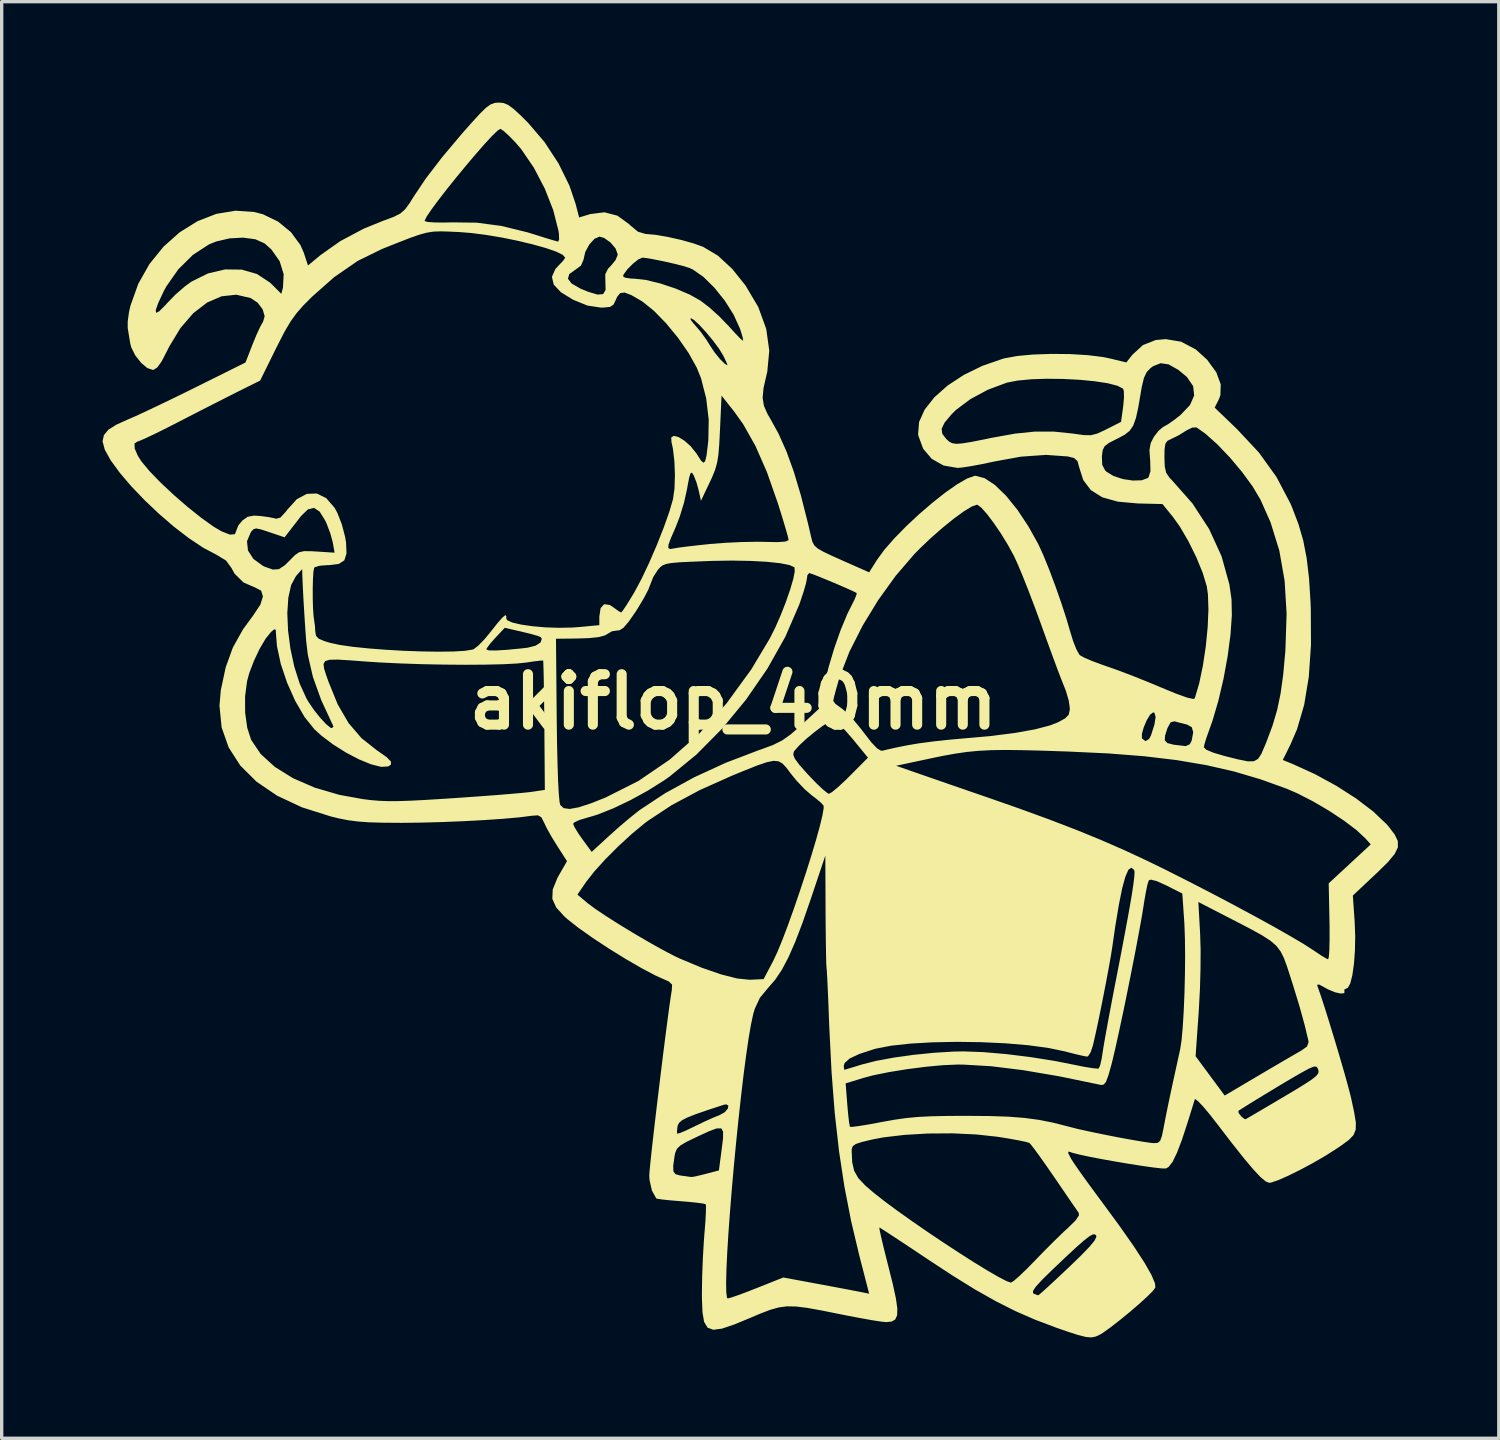
<source format=kicad_pcb>
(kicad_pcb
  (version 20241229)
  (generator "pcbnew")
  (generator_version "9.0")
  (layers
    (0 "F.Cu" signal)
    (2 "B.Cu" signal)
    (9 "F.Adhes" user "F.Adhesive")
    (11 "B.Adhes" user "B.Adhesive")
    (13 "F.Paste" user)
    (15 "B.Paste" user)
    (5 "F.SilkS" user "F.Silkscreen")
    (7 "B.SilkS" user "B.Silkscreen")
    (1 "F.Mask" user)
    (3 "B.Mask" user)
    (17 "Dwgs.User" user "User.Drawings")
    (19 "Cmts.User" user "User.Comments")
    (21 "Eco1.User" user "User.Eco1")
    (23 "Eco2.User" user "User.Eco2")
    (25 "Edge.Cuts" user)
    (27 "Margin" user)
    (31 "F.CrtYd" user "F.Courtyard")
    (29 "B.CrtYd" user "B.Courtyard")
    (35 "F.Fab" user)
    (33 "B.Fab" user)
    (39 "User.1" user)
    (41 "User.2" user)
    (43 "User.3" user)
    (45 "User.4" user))
  (footprint "akiflop_40mm"
    (layer "F.Cu")
    (at 18.757 17.819)
    (property "Reference" "akiflop_40mm" (at 0 0 0) (layer "F.SilkS") (effects (font (size 1.5 1.5) (thickness 0.3))))
    (attr board_only exclude_from_pos_files exclude_from_bom)
    (fp_poly (pts (xy -6.836 -17.806) (xy -6.703 -17.752) (xy -6.546 -17.639) (xy -6.335 -17.447) (xy -6.096 -17.208) (xy -5.617 -16.647) (xy -5.2 -16.01) (xy -4.874 -15.348) (xy -4.688 -14.796) (xy -4.587 -14.403) (xy -4.252 -14.504) (xy -3.835 -14.557) (xy -3.45 -14.457) (xy -3.104 -14.207) (xy -3.074 -14.176) (xy -2.837 -13.979) (xy -2.61 -13.912) (xy -2.589 -13.911) (xy -2.314 -13.887) (xy -1.949 -13.824) (xy -1.553 -13.735) (xy -1.185 -13.632) (xy -0.903 -13.531) (xy -0.463 -13.269) (xy -0.035 -12.874) (xy 0.362 -12.378) (xy 0.741 -11.738) (xy 0.977 -11.088) (xy 1.067 -10.443) (xy 1.008 -9.814) (xy 0.985 -9.719) (xy 0.897 -9.333) (xy 0.87 -9.044) (xy 0.908 -8.803) (xy 1.014 -8.562) (xy 1.08 -8.449) (xy 1.34 -7.979) (xy 1.576 -7.452) (xy 1.796 -6.845) (xy 2.008 -6.137) (xy 2.219 -5.304) (xy 2.315 -4.89) (xy 2.35 -4.756) (xy 2.404 -4.654) (xy 2.502 -4.563) (xy 2.672 -4.465) (xy 2.939 -4.338) (xy 3.21 -4.217) (xy 4.037 -3.85) (xy 4.264 -4.211) (xy 4.484 -4.515) (xy 4.782 -4.856) (xy 5.134 -5.216) (xy 5.519 -5.576) (xy 5.915 -5.917) (xy 6.3 -6.221) (xy 6.652 -6.468) (xy 6.949 -6.64) (xy 7.168 -6.718) (xy 7.204 -6.721) (xy 7.471 -6.65) (xy 7.777 -6.448) (xy 8.106 -6.13) (xy 8.445 -5.711) (xy 8.778 -5.208) (xy 9.066 -4.691) (xy 9.212 -4.372) (xy 9.385 -3.947) (xy 9.568 -3.46) (xy 9.746 -2.954) (xy 9.902 -2.475) (xy 10.008 -2.113) (xy 10.101 -1.81) (xy 10.2 -1.559) (xy 10.287 -1.404) (xy 10.304 -1.386) (xy 10.435 -1.313) (xy 10.672 -1.212) (xy 10.973 -1.1) (xy 11.098 -1.057) (xy 11.439 -0.937) (xy 11.866 -0.775) (xy 12.323 -0.592) (xy 12.724 -0.425) (xy 13.176 -0.238) (xy 13.493 -0.125) (xy 13.674 -0.086) (xy 13.719 -0.103) (xy 13.851 -0.549) (xy 13.961 -1.077) (xy 14.047 -1.647) (xy 14.103 -2.219) (xy 14.126 -2.75) (xy 14.11 -3.199) (xy 14.077 -3.431) (xy 13.957 -3.832) (xy 13.765 -4.3) (xy 13.529 -4.778) (xy 13.275 -5.212) (xy 13.069 -5.5) (xy 12.759 -5.881) (xy 12.022 -5.899) (xy 11.431 -5.952) (xy 10.969 -6.082) (xy 10.63 -6.295) (xy 10.403 -6.595) (xy 10.285 -6.965) (xy 10.233 -7.157) (xy 10.132 -7.25) (xy 9.943 -7.297) (xy 9.869 -7.302) (xy 10.957 -7.302) (xy 10.967 -7.049) (xy 11.054 -6.881) (xy 11.091 -6.845) (xy 11.303 -6.715) (xy 11.581 -6.624) (xy 11.876 -6.58) (xy 12.139 -6.587) (xy 12.32 -6.654) (xy 12.345 -6.678) (xy 12.402 -6.856) (xy 12.394 -7.17) (xy 12.39 -7.206) (xy 12.386 -7.274) (xy 12.817 -7.274) (xy 12.827 -6.996) (xy 12.868 -6.815) (xy 12.96 -6.674) (xy 13.042 -6.588) (xy 13.651 -5.899) (xy 14.147 -5.137) (xy 14.517 -4.326) (xy 14.749 -3.489) (xy 14.812 -3.048) (xy 14.822 -2.577) (xy 14.782 -2) (xy 14.697 -1.358) (xy 14.575 -0.69) (xy 14.422 -0.036) (xy 14.246 0.564) (xy 14.147 0.841) (xy 14.06 1.086) (xy 14.003 1.279) (xy 13.99 1.354) (xy 14.063 1.424) (xy 14.269 1.511) (xy 14.586 1.605) (xy 14.634 1.618) (xy 15.026 1.716) (xy 15.296 1.769) (xy 15.477 1.767) (xy 15.601 1.697) (xy 15.698 1.55) (xy 15.8 1.313) (xy 15.85 1.192) (xy 16.03 0.712) (xy 16.168 0.246) (xy 16.271 -0.246) (xy 16.349 -0.808) (xy 16.41 -1.482) (xy 16.414 -1.534) (xy 16.45 -2.619) (xy 16.391 -3.6) (xy 16.233 -4.499) (xy 15.972 -5.34) (xy 15.674 -6.01) (xy 15.439 -6.405) (xy 15.126 -6.834) (xy 14.766 -7.263) (xy 14.392 -7.655) (xy 14.034 -7.975) (xy 13.774 -8.158) (xy 13.648 -8.156) (xy 13.47 -8.069) (xy 13.452 -8.057) (xy 13.232 -7.92) (xy 13.023 -7.819) (xy 12.908 -7.762) (xy 12.846 -7.675) (xy 12.821 -7.513) (xy 12.817 -7.274) (xy 12.386 -7.274) (xy 12.372 -7.489) (xy 12.409 -7.694) (xy 12.502 -7.877) (xy 12.641 -8.058) (xy 12.777 -8.173) (xy 12.798 -8.183) (xy 12.93 -8.258) (xy 13.131 -8.4) (xy 13.297 -8.531) (xy 13.577 -8.824) (xy 13.702 -9.109) (xy 13.671 -9.388) (xy 13.484 -9.661) (xy 13.229 -9.872) (xy 12.942 -10.034) (xy 12.706 -10.069) (xy 12.483 -9.982) (xy 12.405 -9.925) (xy 12.289 -9.804) (xy 12.207 -9.629) (xy 12.142 -9.358) (xy 12.116 -9.203) (xy 12.04 -8.757) (xy 11.97 -8.438) (xy 11.889 -8.215) (xy 11.784 -8.06) (xy 11.639 -7.944) (xy 11.44 -7.837) (xy 11.415 -7.825) (xy 11.174 -7.703) (xy 11.041 -7.603) (xy 10.981 -7.484) (xy 10.958 -7.307) (xy 10.957 -7.302) (xy 9.869 -7.302) (xy 9.296 -7.343) (xy 8.547 -7.29) (xy 7.778 -7.15) (xy 7.403 -7.071) (xy 7.06 -7.007) (xy 6.791 -6.966) (xy 6.662 -6.956) (xy 6.249 -7.027) (xy 5.9 -7.224) (xy 5.643 -7.526) (xy 5.501 -7.911) (xy 5.493 -7.962) (xy 5.506 -8.121) (xy 6.192 -8.121) (xy 6.212 -7.969) (xy 6.33 -7.815) (xy 6.415 -7.739) (xy 6.504 -7.691) (xy 6.625 -7.672) (xy 6.804 -7.684) (xy 7.069 -7.727) (xy 7.445 -7.801) (xy 7.7 -7.854) (xy 8.38 -7.976) (xy 8.97 -8.036) (xy 9.521 -8.036) (xy 10.084 -7.978) (xy 10.145 -7.969) (xy 10.435 -7.93) (xy 10.637 -7.929) (xy 10.818 -7.976) (xy 11.043 -8.079) (xy 11.097 -8.106) (xy 11.527 -8.324) (xy 11.591 -8.784) (xy 11.615 -9.047) (xy 11.61 -9.241) (xy 11.587 -9.312) (xy 11.42 -9.399) (xy 11.128 -9.474) (xy 10.741 -9.533) (xy 10.29 -9.576) (xy 9.804 -9.601) (xy 9.316 -9.607) (xy 8.854 -9.591) (xy 8.449 -9.553) (xy 8.133 -9.491) (xy 8.123 -9.488) (xy 7.564 -9.279) (xy 7.046 -9) (xy 6.618 -8.679) (xy 6.487 -8.549) (xy 6.281 -8.303) (xy 6.192 -8.121) (xy 5.506 -8.121) (xy 5.521 -8.319) (xy 5.687 -8.688) (xy 5.975 -9.054) (xy 6.368 -9.403) (xy 6.85 -9.72) (xy 7.405 -9.991) (xy 8.017 -10.203) (xy 8.059 -10.214) (xy 8.432 -10.283) (xy 8.913 -10.327) (xy 9.456 -10.346) (xy 10.016 -10.34) (xy 10.545 -10.308) (xy 10.999 -10.251) (xy 11.176 -10.215) (xy 11.684 -10.092) (xy 11.867 -10.323) (xy 12.178 -10.608) (xy 12.558 -10.758) (xy 12.856 -10.785) (xy 13.316 -10.708) (xy 13.749 -10.479) (xy 14.088 -10.171) (xy 14.359 -9.799) (xy 14.491 -9.443) (xy 14.481 -9.116) (xy 14.434 -8.993) (xy 14.311 -8.748) (xy 14.974 -8.111) (xy 15.628 -7.411) (xy 16.149 -6.686) (xy 16.562 -5.901) (xy 16.613 -5.781) (xy 16.802 -5.287) (xy 16.945 -4.796) (xy 17.047 -4.271) (xy 17.117 -3.676) (xy 17.161 -2.971) (xy 17.169 -2.774) (xy 17.175 -1.694) (xy 17.11 -0.743) (xy 16.972 0.091) (xy 16.759 0.819) (xy 16.563 1.273) (xy 16.337 1.729) (xy 16.629 1.848) (xy 17.287 2.147) (xy 17.927 2.496) (xy 18.516 2.873) (xy 19.023 3.259) (xy 19.417 3.632) (xy 19.484 3.709) (xy 19.662 3.942) (xy 19.757 4.138) (xy 19.76 4.323) (xy 19.665 4.522) (xy 19.464 4.764) (xy 19.15 5.074) (xy 19.096 5.124) (xy 18.42 5.76) (xy 18.473 6.526) (xy 18.49 6.963) (xy 18.482 7.394) (xy 18.453 7.791) (xy 18.405 8.128) (xy 18.343 8.375) (xy 18.269 8.505) (xy 18.235 8.519) (xy 18.162 8.559) (xy 18.171 8.597) (xy 18.166 8.663) (xy 18.056 8.673) (xy 17.882 8.634) (xy 17.682 8.55) (xy 17.599 8.504) (xy 17.423 8.408) (xy 17.359 8.411) (xy 17.365 8.445) (xy 17.457 8.708) (xy 17.58 9.084) (xy 17.722 9.537) (xy 17.873 10.031) (xy 18.022 10.531) (xy 18.159 11.002) (xy 18.272 11.408) (xy 18.352 11.713) (xy 18.37 11.791) (xy 18.46 12.209) (xy 18.509 12.507) (xy 18.505 12.72) (xy 18.44 12.882) (xy 18.303 13.025) (xy 18.086 13.185) (xy 17.934 13.288) (xy 17.604 13.498) (xy 17.235 13.712) (xy 16.858 13.914) (xy 16.504 14.089) (xy 16.206 14.221) (xy 15.994 14.293) (xy 15.932 14.302) (xy 15.828 14.26) (xy 15.672 14.129) (xy 15.457 13.9) (xy 15.175 13.565) (xy 14.819 13.116) (xy 14.422 12.598) (xy 14.183 12.291) (xy 14.078 12.165) (xy 15.014 12.165) (xy 15.027 12.232) (xy 15.107 12.333) (xy 15.198 12.405) (xy 15.232 12.41) (xy 15.313 12.364) (xy 15.503 12.253) (xy 15.777 12.092) (xy 16.11 11.896) (xy 16.256 11.809) (xy 16.684 11.555) (xy 16.994 11.365) (xy 17.204 11.226) (xy 17.33 11.125) (xy 17.39 11.048) (xy 17.401 10.98) (xy 17.383 10.914) (xy 17.341 10.85) (xy 17.262 10.845) (xy 17.114 10.906) (xy 16.892 11.026) (xy 16.701 11.136) (xy 16.432 11.294) (xy 16.119 11.482) (xy 15.793 11.679) (xy 15.487 11.866) (xy 15.232 12.024) (xy 15.061 12.133) (xy 15.014 12.165) (xy 14.078 12.165) (xy 13.977 12.044) (xy 13.821 11.878) (xy 13.734 11.811) (xy 13.721 11.816) (xy 13.683 11.938) (xy 13.614 12.162) (xy 13.527 12.442) (xy 13.52 12.466) (xy 13.343 13.007) (xy 13.191 13.408) (xy 13.059 13.679) (xy 12.94 13.832) (xy 12.86 13.876) (xy 12.738 13.874) (xy 12.495 13.847) (xy 12.162 13.8) (xy 11.772 13.739) (xy 11.357 13.669) (xy 10.949 13.596) (xy 10.58 13.525) (xy 10.282 13.461) (xy 10.088 13.411) (xy 10.054 13.399) (xy 9.962 13.371) (xy 9.956 13.417) (xy 10.031 13.567) (xy 10.031 13.568) (xy 10.117 13.704) (xy 10.28 13.94) (xy 10.5 14.248) (xy 10.76 14.603) (xy 10.97 14.887) (xy 11.488 15.592) (xy 11.905 16.187) (xy 12.219 16.669) (xy 12.43 17.038) (xy 12.537 17.293) (xy 12.547 17.418) (xy 12.471 17.52) (xy 12.298 17.692) (xy 12.059 17.909) (xy 11.78 18.149) (xy 11.49 18.386) (xy 11.219 18.597) (xy 10.995 18.757) (xy 10.888 18.822) (xy 10.766 18.876) (xy 10.639 18.899) (xy 10.477 18.884) (xy 10.251 18.828) (xy 9.932 18.725) (xy 9.574 18.6) (xy 8.967 18.37) (xy 8.386 18.116) (xy 7.804 17.823) (xy 7.263 17.517) (xy 8.909 17.517) (xy 8.912 17.586) (xy 8.921 17.593) (xy 9.04 17.643) (xy 9.074 17.642) (xy 9.144 17.584) (xy 9.307 17.438) (xy 9.541 17.222) (xy 9.826 16.955) (xy 9.989 16.801) (xy 10.344 16.457) (xy 10.59 16.202) (xy 10.737 16.024) (xy 10.793 15.911) (xy 10.788 15.869) (xy 10.747 15.833) (xy 10.683 15.838) (xy 10.58 15.896) (xy 10.423 16.018) (xy 10.199 16.215) (xy 9.894 16.498) (xy 9.492 16.88) (xy 9.468 16.903) (xy 9.176 17.189) (xy 8.993 17.39) (xy 8.909 17.517) (xy 7.263 17.517) (xy 7.189 17.476) (xy 6.513 17.057) (xy 5.8 16.589) (xy 5.383 16.31) (xy 5.011 16.064) (xy 4.703 15.861) (xy 4.479 15.715) (xy 4.357 15.639) (xy 4.34 15.631) (xy 4.348 15.702) (xy 4.39 15.898) (xy 4.46 16.194) (xy 4.552 16.563) (xy 4.608 16.784) (xy 4.744 17.328) (xy 4.833 17.742) (xy 4.875 18.041) (xy 4.868 18.243) (xy 4.812 18.366) (xy 4.707 18.427) (xy 4.551 18.444) (xy 4.544 18.444) (xy 4.394 18.429) (xy 4.124 18.387) (xy 3.767 18.323) (xy 3.356 18.245) (xy 3.162 18.206) (xy 2.619 18.097) (xy 2.198 18.021) (xy 1.867 17.98) (xy 1.593 17.975) (xy 1.346 18.008) (xy 1.094 18.079) (xy 0.805 18.189) (xy 0.514 18.313) (xy 0.028 18.514) (xy -0.337 18.637) (xy -0.596 18.672) (xy -0.767 18.609) (xy -0.87 18.438) (xy -0.919 18.15) (xy -0.935 17.735) (xy -0.935 17.52) (xy -0.931 17.27) (xy -0.216 17.27) (xy -0.211 17.556) (xy -0.19 17.715) (xy -0.169 17.741) (xy -0.064 17.713) (xy 0.152 17.639) (xy 0.444 17.53) (xy 0.701 17.429) (xy 1.484 17.117) (xy 2.52 17.309) (xy 2.926 17.385) (xy 3.296 17.454) (xy 3.593 17.511) (xy 3.78 17.547) (xy 3.796 17.55) (xy 4.037 17.599) (xy 3.738 16.439) (xy 3.499 15.43) (xy 3.301 14.412) (xy 3.141 13.358) (xy 3.141 13.357) (xy 3.518 13.357) (xy 3.533 13.691) (xy 3.591 13.945) (xy 3.715 14.163) (xy 3.927 14.387) (xy 4.178 14.602) (xy 4.491 14.848) (xy 4.875 15.132) (xy 5.31 15.441) (xy 5.776 15.763) (xy 6.254 16.084) (xy 6.724 16.391) (xy 7.165 16.672) (xy 7.558 16.913) (xy 7.884 17.101) (xy 8.123 17.225) (xy 8.254 17.27) (xy 8.339 17.217) (xy 8.506 17.072) (xy 8.729 16.858) (xy 8.957 16.625) (xy 9.252 16.321) (xy 9.553 16.02) (xy 9.819 15.762) (xy 9.957 15.636) (xy 10.179 15.417) (xy 10.276 15.269) (xy 10.269 15.196) (xy 10.202 15.099) (xy 10.064 14.899) (xy 9.873 14.62) (xy 9.647 14.289) (xy 9.54 14.133) (xy 9.304 13.791) (xy 9.094 13.495) (xy 8.929 13.27) (xy 8.825 13.139) (xy 8.803 13.117) (xy 8.699 13.085) (xy 8.474 13.038) (xy 8.163 12.982) (xy 7.842 12.931) (xy 7.212 12.863) (xy 6.51 12.831) (xy 5.785 12.836) (xy 5.085 12.877) (xy 4.459 12.951) (xy 4.123 13.015) (xy 3.82 13.088) (xy 3.639 13.148) (xy 3.55 13.212) (xy 3.52 13.297) (xy 3.518 13.357) (xy 3.141 13.357) (xy 3.015 12.24) (xy 2.945 11.345) (xy 3.338 11.345) (xy 3.387 11.976) (xy 3.413 12.272) (xy 3.44 12.503) (xy 3.463 12.628) (xy 3.468 12.638) (xy 3.553 12.637) (xy 3.76 12.609) (xy 4.059 12.56) (xy 4.418 12.493) (xy 4.427 12.491) (xy 4.797 12.425) (xy 5.14 12.376) (xy 5.495 12.343) (xy 5.897 12.323) (xy 6.386 12.313) (xy 6.917 12.311) (xy 7.605 12.316) (xy 8.172 12.335) (xy 8.654 12.372) (xy 9.087 12.43) (xy 9.505 12.513) (xy 9.945 12.625) (xy 9.987 12.636) (xy 10.244 12.701) (xy 10.592 12.778) (xy 10.996 12.862) (xy 11.417 12.945) (xy 11.82 13.019) (xy 12.165 13.078) (xy 12.418 13.115) (xy 12.508 13.123) (xy 12.619 13.114) (xy 12.69 13.054) (xy 12.743 12.909) (xy 12.797 12.644) (xy 12.797 12.641) (xy 12.856 12.336) (xy 12.935 11.947) (xy 13.021 11.543) (xy 13.049 11.41) (xy 13.13 11.041) (xy 13.208 10.686) (xy 13.24 10.537) (xy 13.744 10.537) (xy 14.176 11.122) (xy 14.609 11.707) (xy 15.621 11.109) (xy 15.998 10.887) (xy 16.348 10.682) (xy 16.638 10.513) (xy 16.837 10.399) (xy 16.883 10.373) (xy 17.054 10.252) (xy 17.103 10.124) (xy 17.095 10.061) (xy 16.982 9.591) (xy 16.832 9.049) (xy 16.634 8.402) (xy 16.571 8.206) (xy 16.465 7.877) (xy 16.372 7.622) (xy 16.272 7.421) (xy 16.144 7.254) (xy 15.968 7.102) (xy 15.722 6.943) (xy 15.387 6.758) (xy 14.943 6.527) (xy 14.748 6.427) (xy 13.826 5.952) (xy 13.879 6.903) (xy 13.893 7.371) (xy 13.89 7.937) (xy 13.873 8.547) (xy 13.841 9.142) (xy 13.838 9.196) (xy 13.744 10.537) (xy 13.24 10.537) (xy 13.27 10.402) (xy 13.288 10.316) (xy 13.328 10.054) (xy 13.362 9.669) (xy 13.391 9.194) (xy 13.413 8.662) (xy 13.427 8.106) (xy 13.432 7.56) (xy 13.427 7.056) (xy 13.412 6.628) (xy 13.407 6.543) (xy 13.349 5.7) (xy 12.877 5.461) (xy 12.584 5.329) (xy 12.409 5.286) (xy 12.351 5.311) (xy 12.314 5.425) (xy 12.266 5.651) (xy 12.215 5.947) (xy 12.201 6.04) (xy 12.144 6.39) (xy 12.061 6.85) (xy 11.959 7.391) (xy 11.843 7.982) (xy 11.721 8.593) (xy 11.598 9.192) (xy 11.479 9.751) (xy 11.372 10.238) (xy 11.283 10.622) (xy 11.235 10.811) (xy 11.148 11.115) (xy 11.081 11.295) (xy 11.016 11.378) (xy 10.939 11.393) (xy 10.908 11.387) (xy 9.69 11.135) (xy 8.608 10.951) (xy 7.66 10.835) (xy 6.843 10.787) (xy 6.678 10.785) (xy 6.244 10.803) (xy 5.725 10.851) (xy 5.171 10.922) (xy 4.632 11.009) (xy 4.159 11.105) (xy 3.866 11.183) (xy 3.338 11.345) (xy 2.945 11.345) (xy 2.921 11.028) (xy 2.91 10.826) (xy 3.282 10.826) (xy 3.293 10.929) (xy 3.302 10.941) (xy 3.381 10.918) (xy 3.567 10.862) (xy 3.816 10.785) (xy 4.235 10.678) (xy 4.763 10.58) (xy 5.355 10.497) (xy 5.964 10.435) (xy 6.543 10.4) (xy 6.838 10.394) (xy 7.425 10.415) (xy 8.108 10.474) (xy 8.838 10.564) (xy 9.561 10.679) (xy 10.111 10.788) (xy 10.423 10.851) (xy 10.677 10.892) (xy 10.833 10.907) (xy 10.863 10.903) (xy 10.905 10.811) (xy 10.95 10.615) (xy 10.975 10.455) (xy 11.006 10.257) (xy 11.062 9.935) (xy 11.138 9.517) (xy 11.229 9.032) (xy 11.329 8.508) (xy 11.373 8.284) (xy 11.535 7.448) (xy 11.666 6.753) (xy 11.769 6.191) (xy 11.845 5.751) (xy 11.895 5.421) (xy 11.922 5.192) (xy 11.928 5.054) (xy 11.917 4.999) (xy 11.832 4.93) (xy 11.744 4.997) (xy 11.654 5.204) (xy 11.559 5.554) (xy 11.459 6.052) (xy 11.352 6.699) (xy 11.27 7.268) (xy 11.225 7.553) (xy 11.154 7.95) (xy 11.066 8.417) (xy 10.969 8.914) (xy 10.871 9.399) (xy 10.779 9.831) (xy 10.702 10.17) (xy 10.69 10.219) (xy 10.623 10.42) (xy 10.548 10.537) (xy 10.521 10.549) (xy 10.408 10.53) (xy 10.187 10.479) (xy 9.904 10.407) (xy 9.847 10.392) (xy 9.358 10.29) (xy 8.759 10.21) (xy 8.085 10.153) (xy 7.366 10.12) (xy 6.636 10.11) (xy 5.926 10.124) (xy 5.268 10.162) (xy 4.696 10.224) (xy 4.24 10.312) (xy 4.181 10.328) (xy 3.747 10.47) (xy 3.46 10.604) (xy 3.31 10.737) (xy 3.282 10.826) (xy 2.91 10.826) (xy 2.853 9.695) (xy 2.843 9.457) (xy 2.826 8.991) (xy 2.808 8.574) (xy 2.792 8.234) (xy 2.778 7.998) (xy 2.769 7.894) (xy 2.762 7.783) (xy 2.756 7.541) (xy 2.75 7.193) (xy 2.745 6.766) (xy 2.741 6.284) (xy 2.741 6.174) (xy 2.734 4.572) (xy 2.305 5.851) (xy 2.059 6.561) (xy 1.839 7.137) (xy 1.636 7.6) (xy 1.441 7.969) (xy 1.243 8.263) (xy 1.038 8.499) (xy 0.79 8.798) (xy 0.636 9.128) (xy 0.59 9.284) (xy 0.525 9.587) (xy 0.454 9.998) (xy 0.38 10.502) (xy 0.304 11.08) (xy 0.229 11.717) (xy 0.154 12.395) (xy 0.082 13.098) (xy 0.014 13.807) (xy -0.048 14.507) (xy -0.102 15.181) (xy -0.148 15.811) (xy -0.183 16.38) (xy -0.206 16.872) (xy -0.216 17.27) (xy -0.931 17.27) (xy -0.927 17.045) (xy -0.906 16.519) (xy -0.877 16.023) (xy -0.859 15.792) (xy -0.832 15.452) (xy -0.817 15.173) (xy -0.815 14.991) (xy -0.823 14.938) (xy -0.913 14.916) (xy -1.122 14.889) (xy -1.411 14.861) (xy -1.563 14.849) (xy -1.877 14.823) (xy -2.125 14.797) (xy -2.271 14.774) (xy -2.294 14.765) (xy -2.422 14.532) (xy -2.493 14.221) (xy -2.501 14.084) (xy -2.491 13.941) (xy -2.477 13.794) (xy -1.789 13.794) (xy -1.784 13.961) (xy -1.721 14.046) (xy -1.588 14.083) (xy -1.544 14.089) (xy -1.358 14.114) (xy -1.253 14.129) (xy -1.25 14.13) (xy -1.159 14.117) (xy -0.967 14.073) (xy -0.821 14.036) (xy -0.43 13.934) (xy -0.347 13.297) (xy -0.308 12.981) (xy -0.305 12.779) (xy -0.36 12.683) (xy -0.492 12.683) (xy -0.722 12.768) (xy -1.073 12.929) (xy -1.101 12.943) (xy -1.396 13.085) (xy -1.578 13.193) (xy -1.679 13.292) (xy -1.729 13.41) (xy -1.749 13.509) (xy -1.789 13.794) (xy -2.477 13.794) (xy -2.464 13.666) (xy -2.423 13.283) (xy -2.37 12.814) (xy -2.366 12.778) (xy -1.678 12.778) (xy -1.669 12.841) (xy -1.591 12.823) (xy -1.412 12.748) (xy -1.17 12.632) (xy -1.152 12.623) (xy -0.862 12.483) (xy -0.589 12.36) (xy -0.41 12.288) (xy -0.258 12.204) (xy -0.166 12.097) (xy -0.147 12.006) (xy -0.215 11.968) (xy -0.293 11.984) (xy -0.773 12.141) (xy -1.124 12.263) (xy -1.367 12.359) (xy -1.522 12.439) (xy -1.61 12.512) (xy -1.652 12.588) (xy -1.661 12.623) (xy -1.678 12.778) (xy -2.366 12.778) (xy -2.308 12.283) (xy -2.24 11.714) (xy -2.169 11.129) (xy -2.098 10.552) (xy -2.029 10.006) (xy -1.965 9.514) (xy -1.91 9.1) (xy -1.865 8.786) (xy -1.835 8.597) (xy -1.831 8.578) (xy -1.823 8.409) (xy -1.917 8.316) (xy -1.975 8.291) (xy -2.312 8.14) (xy -2.737 7.915) (xy -3.214 7.639) (xy -3.707 7.333) (xy -4.183 7.02) (xy -4.604 6.722) (xy -4.935 6.462) (xy -5.021 6.386) (xy -5.268 6.115) (xy -5.384 5.858) (xy -5.378 5.732) (xy -4.637 5.732) (xy -4.331 5.989) (xy -4.113 6.152) (xy -3.791 6.368) (xy -3.397 6.618) (xy -2.965 6.881) (xy -2.528 7.137) (xy -2.119 7.366) (xy -1.771 7.549) (xy -1.602 7.63) (xy -0.946 7.904) (xy -0.369 8.104) (xy 0.111 8.226) (xy 0.481 8.264) (xy 0.508 8.263) (xy 0.899 8.245) (xy 1.187 7.698) (xy 1.311 7.433) (xy 1.46 7.07) (xy 1.626 6.632) (xy 1.802 6.141) (xy 1.98 5.621) (xy 2.154 5.094) (xy 2.315 4.583) (xy 2.456 4.112) (xy 2.569 3.703) (xy 2.648 3.378) (xy 2.685 3.162) (xy 2.682 3.087) (xy 2.605 2.999) (xy 2.443 2.864) (xy 2.339 2.787) (xy 2.123 2.601) (xy 1.881 2.347) (xy 1.708 2.134) (xy 1.577 1.959) (xy 1.464 1.837) (xy 1.346 1.769) (xy 1.197 1.754) (xy 0.994 1.795) (xy 0.711 1.891) (xy 0.326 2.045) (xy -0.031 2.191) (xy -1.001 2.625) (xy -1.84 3.075) (xy -2.538 3.535) (xy -2.63 3.604) (xy -3.017 3.924) (xy -3.421 4.295) (xy -3.806 4.68) (xy -4.136 5.045) (xy -4.373 5.347) (xy -4.637 5.732) (xy -5.378 5.732) (xy -5.372 5.58) (xy -5.236 5.245) (xy -5.169 5.123) (xy -4.947 4.737) (xy -5.235 4.29) (xy -5.403 4.018) (xy -5.548 3.759) (xy -5.611 3.628) (xy -4.765 3.628) (xy -4.721 3.732) (xy -4.608 3.916) (xy -4.488 4.087) (xy -4.213 4.462) (xy -3.689 3.98) (xy -3.396 3.718) (xy -3.089 3.458) (xy -2.824 3.246) (xy -2.774 3.209) (xy -2.03 2.718) (xy -1.169 2.246) (xy -0.229 1.813) (xy 0.401 1.573) (xy 1.781 1.573) (xy 1.827 1.69) (xy 1.952 1.861) (xy 2.171 2.109) (xy 2.236 2.18) (xy 2.466 2.419) (xy 2.664 2.606) (xy 2.801 2.716) (xy 2.842 2.735) (xy 2.934 2.683) (xy 3.105 2.542) (xy 3.327 2.337) (xy 3.468 2.198) (xy 3.763 1.901) (xy 4.839 1.901) (xy 5.604 2.167) (xy 5.976 2.296) (xy 6.44 2.457) (xy 6.938 2.629) (xy 7.416 2.794) (xy 7.464 2.81) (xy 8.488 3.168) (xy 9.39 3.497) (xy 10.198 3.807) (xy 10.94 4.111) (xy 11.645 4.419) (xy 12.34 4.744) (xy 12.817 4.977) (xy 13.496 5.319) (xy 14.18 5.671) (xy 14.848 6.023) (xy 15.48 6.363) (xy 16.057 6.68) (xy 16.557 6.964) (xy 16.961 7.203) (xy 17.248 7.387) (xy 17.285 7.412) (xy 17.486 7.548) (xy 17.637 7.636) (xy 17.686 7.656) (xy 17.706 7.583) (xy 17.721 7.382) (xy 17.728 7.08) (xy 17.728 6.703) (xy 17.725 6.528) (xy 17.702 5.397) (xy 18.327 4.818) (xy 18.952 4.24) (xy 18.796 4.064) (xy 18.529 3.814) (xy 18.154 3.531) (xy 17.71 3.237) (xy 17.235 2.959) (xy 16.766 2.719) (xy 16.449 2.582) (xy 15.674 2.303) (xy 14.888 2.071) (xy 14.067 1.883) (xy 13.185 1.733) (xy 12.221 1.618) (xy 11.149 1.534) (xy 9.965 1.478) (xy 9.218 1.453) (xy 8.602 1.437) (xy 8.091 1.431) (xy 7.661 1.437) (xy 7.284 1.457) (xy 6.936 1.491) (xy 6.592 1.541) (xy 6.226 1.607) (xy 5.813 1.693) (xy 5.8 1.696) (xy 4.839 1.901) (xy 3.763 1.901) (xy 4.002 1.66) (xy 3.547 1.104) (xy 3.333 0.858) (xy 3.141 0.668) (xy 3 0.561) (xy 2.96 0.547) (xy 2.838 0.597) (xy 2.641 0.726) (xy 2.404 0.905) (xy 2.164 1.104) (xy 1.958 1.296) (xy 1.821 1.449) (xy 1.797 1.485) (xy 1.781 1.573) (xy 0.401 1.573) (xy 0.75 1.439) (xy 0.834 1.411) (xy 1.18 1.283) (xy 1.451 1.148) (xy 1.704 0.969) (xy 1.999 0.711) (xy 2.019 0.693) (xy 2.562 0.19) (xy 2.606 -0.028) (xy 2.97 -0.028) (xy 3.031 0.057) (xy 3.18 0.168) (xy 3.205 0.183) (xy 3.357 0.308) (xy 3.562 0.524) (xy 3.784 0.792) (xy 3.873 0.908) (xy 4.104 1.206) (xy 4.272 1.383) (xy 4.391 1.453) (xy 4.439 1.452) (xy 4.576 1.418) (xy 4.819 1.364) (xy 5.122 1.302) (xy 5.197 1.288) (xy 5.53 1.232) (xy 5.961 1.176) (xy 6.432 1.125) (xy 6.838 1.089) (xy 7.668 1.015) (xy 8.16 0.952) (xy 12.147 0.952) (xy 12.148 1.086) (xy 12.152 1.092) (xy 12.256 1.169) (xy 12.297 1.144) (xy 12.828 1.144) (xy 12.905 1.226) (xy 13.088 1.274) (xy 13.401 1.311) (xy 13.453 1.316) (xy 13.572 1.26) (xy 13.628 1.153) (xy 13.673 0.902) (xy 13.631 0.755) (xy 13.493 0.677) (xy 13.462 0.669) (xy 13.254 0.617) (xy 13.119 0.58) (xy 13.004 0.606) (xy 12.911 0.772) (xy 12.904 0.791) (xy 12.836 1.006) (xy 12.828 1.144) (xy 12.297 1.144) (xy 12.363 1.102) (xy 12.418 0.996) (xy 12.52 0.677) (xy 12.555 0.447) (xy 12.52 0.326) (xy 12.482 0.313) (xy 12.393 0.38) (xy 12.292 0.545) (xy 12.203 0.754) (xy 12.147 0.952) (xy 8.16 0.952) (xy 8.382 0.924) (xy 8.969 0.818) (xy 9.419 0.7) (xy 9.649 0.61) (xy 9.864 0.493) (xy 9.969 0.386) (xy 10.002 0.245) (xy 10.004 0.186) (xy 9.972 -0.036) (xy 9.892 -0.312) (xy 9.841 -0.443) (xy 9.764 -0.635) (xy 9.646 -0.943) (xy 9.499 -1.34) (xy 9.333 -1.793) (xy 9.16 -2.274) (xy 9.148 -2.308) (xy 8.966 -2.805) (xy 8.781 -3.291) (xy 8.606 -3.732) (xy 8.455 -4.093) (xy 8.342 -4.34) (xy 8.159 -4.674) (xy 7.951 -5.012) (xy 7.736 -5.327) (xy 7.535 -5.592) (xy 7.368 -5.778) (xy 7.253 -5.86) (xy 7.242 -5.862) (xy 7.091 -5.809) (xy 6.854 -5.665) (xy 6.556 -5.448) (xy 6.221 -5.177) (xy 5.873 -4.872) (xy 5.537 -4.552) (xy 5.379 -4.391) (xy 4.827 -3.748) (xy 4.306 -3.025) (xy 3.84 -2.26) (xy 3.453 -1.495) (xy 3.17 -0.769) (xy 3.135 -0.656) (xy 3.055 -0.377) (xy 2.996 -0.155) (xy 2.97 -0.034) (xy 2.97 -0.028) (xy 2.606 -0.028) (xy 2.697 -0.472) (xy 2.827 -1.015) (xy 2.998 -1.589) (xy 3.192 -2.141) (xy 3.391 -2.619) (xy 3.498 -2.833) (xy 3.604 -3.044) (xy 3.662 -3.191) (xy 3.666 -3.234) (xy 3.577 -3.282) (xy 3.383 -3.37) (xy 3.126 -3.482) (xy 2.845 -3.6) (xy 2.58 -3.709) (xy 2.372 -3.791) (xy 2.259 -3.829) (xy 2.253 -3.83) (xy 2.2 -3.764) (xy 2.188 -3.675) (xy 2.162 -3.534) (xy 2.093 -3.291) (xy 1.994 -2.992) (xy 1.956 -2.885) (xy 1.544 -1.934) (xy 1.009 -0.983) (xy 0.374 -0.063) (xy -0.336 0.798) (xy -1.1 1.569) (xy -1.894 2.219) (xy -2.053 2.331) (xy -2.535 2.635) (xy -3.058 2.922) (xy -3.578 3.17) (xy -4.053 3.358) (xy -4.367 3.451) (xy -4.591 3.518) (xy -4.735 3.589) (xy -4.765 3.628) (xy -5.611 3.628) (xy -5.627 3.594) (xy -5.71 3.432) (xy -5.812 3.374) (xy -5.998 3.388) (xy -6.02 3.391) (xy -6.367 3.435) (xy -6.837 3.477) (xy -7.395 3.515) (xy -8.008 3.548) (xy -8.641 3.574) (xy -9.262 3.591) (xy -9.835 3.598) (xy -9.896 3.598) (xy -10.425 3.594) (xy -10.837 3.582) (xy -11.168 3.558) (xy -11.458 3.52) (xy -11.744 3.463) (xy -11.971 3.408) (xy -12.83 3.136) (xy -13.568 2.79) (xy -14.18 2.374) (xy -14.662 1.894) (xy -15.009 1.354) (xy -15.217 0.76) (xy -15.281 0.118) (xy -15.257 -0.162) (xy -14.52 -0.162) (xy -14.518 0.319) (xy -14.456 0.769) (xy -14.34 1.129) (xy -14.339 1.131) (xy -14.055 1.552) (xy -13.633 1.936) (xy -13.092 2.272) (xy -12.449 2.551) (xy -11.721 2.765) (xy -11.02 2.892) (xy -10.769 2.923) (xy -10.527 2.943) (xy -10.27 2.953) (xy -9.972 2.952) (xy -9.61 2.94) (xy -9.159 2.917) (xy -8.593 2.882) (xy -8.128 2.851) (xy -7.594 2.813) (xy -7.09 2.776) (xy -6.644 2.74) (xy -6.286 2.708) (xy -6.044 2.683) (xy -5.988 2.675) (xy -5.606 2.618) (xy -5.621 0.705) (xy -5.626 0.175) (xy -5.632 -0.299) (xy -5.639 -0.698) (xy -5.646 -1) (xy -5.652 -1.182) (xy -5.656 -1.228) (xy -5.737 -1.226) (xy -5.928 -1.203) (xy -6.14 -1.171) (xy -6.43 -1.14) (xy -6.85 -1.118) (xy -7.37 -1.106) (xy -7.964 -1.102) (xy -8.604 -1.107) (xy -9.263 -1.12) (xy -9.913 -1.142) (xy -10.528 -1.172) (xy -10.922 -1.198) (xy -11.415 -1.235) (xy -11.77 -1.256) (xy -12.005 -1.251) (xy -12.138 -1.211) (xy -12.187 -1.126) (xy -12.17 -0.988) (xy -12.106 -0.787) (xy -12.046 -0.616) (xy -11.767 0.072) (xy -11.444 0.629) (xy -11.06 1.078) (xy -10.598 1.443) (xy -10.57 1.462) (xy -10.309 1.645) (xy -10.182 1.777) (xy -10.184 1.87) (xy -10.269 1.922) (xy -10.476 1.933) (xy -10.772 1.858) (xy -11.127 1.713) (xy -11.511 1.513) (xy -11.894 1.273) (xy -12.245 1.009) (xy -12.459 0.815) (xy -12.752 0.449) (xy -13.029 -0.028) (xy -13.27 -0.568) (xy -13.458 -1.127) (xy -13.572 -1.657) (xy -13.599 -2.001) (xy -13.607 -2.146) (xy -13.657 -2.154) (xy -13.747 -2.079) (xy -13.909 -1.878) (xy -14.088 -1.574) (xy -14.257 -1.217) (xy -14.395 -0.854) (xy -14.46 -0.617) (xy -14.52 -0.162) (xy -15.257 -0.162) (xy -15.241 -0.348) (xy -15.095 -1.029) (xy -14.883 -1.614) (xy -14.58 -2.157) (xy -14.271 -2.579) (xy -14.234 -2.636) (xy -13.264 -2.636) (xy -13.242 -2.12) (xy -13.171 -1.579) (xy -13.055 -1.042) (xy -12.895 -0.54) (xy -12.696 -0.103) (xy -12.638 -0.004) (xy -12.472 0.241) (xy -12.286 0.474) (xy -12.112 0.662) (xy -11.981 0.769) (xy -11.943 0.782) (xy -11.891 0.739) (xy -11.896 0.723) (xy -12.253 -0.046) (xy -12.503 -0.741) (xy -12.653 -1.394) (xy -12.702 -1.798) (xy -12.727 -2.142) (xy -12.754 -2.555) (xy -12.78 -2.983) (xy -12.801 -3.376) (xy -12.814 -3.681) (xy -12.817 -3.751) (xy -12.822 -3.947) (xy -13.008 -3.736) (xy -13.15 -3.473) (xy -13.234 -3.097) (xy -13.264 -2.636) (xy -14.234 -2.636) (xy -14.065 -2.889) (xy -13.989 -3.133) (xy -14.042 -3.306) (xy -14.22 -3.399) (xy -14.564 -3.548) (xy -14.831 -3.81) (xy -14.927 -3.984) (xy -15.087 -4.202) (xy -15.376 -4.377) (xy -15.765 -4.583) (xy -16.053 -4.775) (xy -14.463 -4.775) (xy -14.434 -4.501) (xy -14.272 -4.249) (xy -13.988 -4.043) (xy -13.924 -4.013) (xy -13.694 -3.933) (xy -13.517 -3.944) (xy -13.338 -4.061) (xy -13.193 -4.205) (xy -13.038 -4.362) (xy -12.912 -4.448) (xy -12.763 -4.481) (xy -12.537 -4.478) (xy -12.385 -4.469) (xy -11.858 -4.435) (xy -11.912 -4.738) (xy -11.982 -5) (xy -12.093 -5.295) (xy -12.138 -5.393) (xy -12.303 -5.657) (xy -12.47 -5.767) (xy -12.65 -5.723) (xy -12.852 -5.529) (xy -12.869 -5.507) (xy -13.035 -5.292) (xy -13.183 -5.102) (xy -13.218 -5.056) (xy -13.345 -4.892) (xy -13.791 -5.043) (xy -14.04 -5.125) (xy -14.184 -5.156) (xy -14.267 -5.136) (xy -14.333 -5.065) (xy -14.348 -5.045) (xy -14.463 -4.775) (xy -16.053 -4.775) (xy -16.192 -4.867) (xy -16.639 -5.211) (xy -17.086 -5.597) (xy -17.516 -6.005) (xy -17.91 -6.417) (xy -18.249 -6.816) (xy -18.516 -7.182) (xy -18.691 -7.497) (xy -18.74 -7.681) (xy -17.808 -7.681) (xy -17.801 -7.529) (xy -17.706 -7.311) (xy -17.597 -7.143) (xy -17.356 -6.854) (xy -17.024 -6.512) (xy -16.635 -6.148) (xy -16.222 -5.79) (xy -15.818 -5.468) (xy -15.458 -5.211) (xy -15.223 -5.071) (xy -14.971 -4.972) (xy -14.822 -4.985) (xy -14.771 -5.113) (xy -14.771 -5.121) (xy -14.718 -5.249) (xy -14.595 -5.396) (xy -14.442 -5.503) (xy -14.254 -5.537) (xy -14.068 -5.526) (xy -13.826 -5.494) (xy -13.64 -5.457) (xy -13.599 -5.444) (xy -13.471 -5.477) (xy -13.303 -5.659) (xy -13.264 -5.713) (xy -12.983 -6.024) (xy -12.685 -6.184) (xy -12.388 -6.195) (xy -12.108 -6.058) (xy -11.861 -5.774) (xy -11.774 -5.616) (xy -11.645 -5.284) (xy -11.546 -4.91) (xy -11.517 -4.736) (xy -11.504 -4.412) (xy -11.568 -4.208) (xy -11.731 -4.101) (xy -12.013 -4.065) (xy -12.085 -4.064) (xy -12.301 -4.047) (xy -12.444 -4.004) (xy -12.466 -3.985) (xy -12.487 -3.874) (xy -12.501 -3.652) (xy -12.508 -3.363) (xy -12.507 -3.05) (xy -12.498 -2.76) (xy -12.482 -2.535) (xy -12.471 -2.462) (xy -12.443 -2.261) (xy -12.432 -2.093) (xy -12.412 -1.967) (xy -12.336 -1.881) (xy -12.168 -1.808) (xy -11.992 -1.754) (xy -11.71 -1.693) (xy -11.323 -1.637) (xy -10.858 -1.589) (xy -10.342 -1.549) (xy -9.805 -1.518) (xy -9.274 -1.499) (xy -8.777 -1.491) (xy -8.341 -1.496) (xy -7.995 -1.516) (xy -7.768 -1.551) (xy -7.749 -1.558) (xy -7.346 -1.558) (xy -7.272 -1.53) (xy -7.061 -1.527) (xy -6.73 -1.547) (xy -6.296 -1.589) (xy -6.111 -1.611) (xy -5.881 -1.67) (xy -5.733 -1.765) (xy -5.697 -1.874) (xy -5.698 -1.876) (xy -5.275 -1.876) (xy -5.253 0.519) (xy -5.243 1.239) (xy -5.229 1.856) (xy -5.212 2.36) (xy -5.191 2.738) (xy -5.168 2.98) (xy -5.147 3.068) (xy -5.046 3.161) (xy -4.869 3.185) (xy -4.601 3.137) (xy -4.226 3.015) (xy -3.8 2.845) (xy -2.823 2.353) (xy -1.893 1.718) (xy -1.017 0.947) (xy -0.205 0.049) (xy 0.535 -0.968) (xy 1.078 -1.876) (xy 1.245 -2.207) (xy 1.408 -2.579) (xy 1.558 -2.961) (xy 1.684 -3.323) (xy 1.776 -3.636) (xy 1.824 -3.87) (xy 1.818 -3.996) (xy 1.813 -4.002) (xy 1.667 -4.068) (xy 1.387 -4.123) (xy 0.996 -4.164) (xy 0.515 -4.19) (xy -0.031 -4.2) (xy -0.622 -4.191) (xy -0.782 -4.185) (xy -1.258 -4.166) (xy -1.603 -4.149) (xy -1.842 -4.128) (xy -2.001 -4.099) (xy -2.105 -4.058) (xy -2.178 -4.001) (xy -2.245 -3.926) (xy -2.382 -3.713) (xy -2.466 -3.5) (xy -2.529 -3.337) (xy -2.658 -3.09) (xy -2.829 -2.803) (xy -2.899 -2.692) (xy -3.113 -2.383) (xy -3.271 -2.2) (xy -3.389 -2.126) (xy -3.428 -2.125) (xy -3.608 -2.099) (xy -3.687 -2.053) (xy -3.819 -1.975) (xy -4.009 -1.924) (xy -4.29 -1.895) (xy -4.693 -1.882) (xy -4.728 -1.882) (xy -5.275 -1.876) (xy -5.698 -1.876) (xy -5.728 -1.924) (xy -5.82 -1.962) (xy -6.021 -2.019) (xy -6.284 -2.083) (xy -6.798 -2.201) (xy -7.072 -1.91) (xy -7.229 -1.733) (xy -7.328 -1.599) (xy -7.346 -1.558) (xy -7.749 -1.558) (xy -7.721 -1.567) (xy -7.587 -1.669) (xy -7.401 -1.86) (xy -7.204 -2.099) (xy -7.192 -2.115) (xy -7.015 -2.339) (xy -6.869 -2.504) (xy -6.783 -2.578) (xy -6.777 -2.579) (xy -6.746 -2.531) (xy -6.758 -2.505) (xy -6.732 -2.43) (xy -6.576 -2.359) (xy -6.317 -2.298) (xy -5.982 -2.249) (xy -5.598 -2.215) (xy -5.19 -2.201) (xy -4.787 -2.209) (xy -4.584 -2.224) (xy -3.986 -2.28) (xy -3.986 -2.537) (xy -3.948 -2.787) (xy -3.842 -2.904) (xy -3.676 -2.88) (xy -3.574 -2.814) (xy -3.426 -2.706) (xy -3.338 -2.657) (xy -3.336 -2.657) (xy -3.282 -2.72) (xy -3.17 -2.888) (xy -3.02 -3.132) (xy -2.939 -3.268) (xy -2.73 -3.658) (xy -2.503 -4.138) (xy -2.315 -4.573) (xy -1.935 -4.573) (xy -1.879 -4.543) (xy -1.778 -4.56) (xy -1.632 -4.585) (xy -1.369 -4.619) (xy -1.028 -4.658) (xy -0.686 -4.694) (xy -0.231 -4.729) (xy 0.256 -4.752) (xy 0.704 -4.76) (xy 0.935 -4.756) (xy 1.313 -4.749) (xy 1.545 -4.765) (xy 1.638 -4.805) (xy 1.641 -4.816) (xy 1.619 -4.92) (xy 1.557 -5.141) (xy 1.464 -5.451) (xy 1.35 -5.819) (xy 1.321 -5.91) (xy 0.997 -6.833) (xy 0.655 -7.612) (xy 0.29 -8.258) (xy 0.02 -8.636) (xy -0.352 -9.105) (xy -0.398 -8.089) (xy -0.42 -7.659) (xy -0.446 -7.344) (xy -0.485 -7.104) (xy -0.544 -6.897) (xy -0.631 -6.683) (xy -0.704 -6.526) (xy -0.964 -5.979) (xy -1.029 -6.277) (xy -1.096 -6.521) (xy -1.176 -6.726) (xy -1.186 -6.745) (xy -1.234 -6.815) (xy -1.273 -6.799) (xy -1.312 -6.678) (xy -1.36 -6.431) (xy -1.381 -6.311) (xy -1.468 -5.923) (xy -1.594 -5.509) (xy -1.719 -5.186) (xy -1.857 -4.872) (xy -1.929 -4.675) (xy -1.935 -4.573) (xy -2.315 -4.573) (xy -2.277 -4.661) (xy -2.071 -5.183) (xy -1.903 -5.657) (xy -1.795 -6.028) (xy -1.751 -6.34) (xy -1.738 -6.738) (xy -1.754 -7.154) (xy -1.797 -7.526) (xy -1.84 -7.718) (xy -1.848 -7.862) (xy -1.77 -7.909) (xy -1.631 -7.873) (xy -1.456 -7.766) (xy -1.271 -7.601) (xy -1.102 -7.391) (xy -1.062 -7.328) (xy -0.96 -7.17) (xy -0.888 -7.109) (xy -0.837 -7.159) (xy -0.797 -7.332) (xy -0.759 -7.644) (xy -0.745 -7.776) (xy -0.733 -8.387) (xy -0.808 -9.021) (xy -0.96 -9.616) (xy -1.09 -9.939) (xy -1.332 -10.373) (xy -1.646 -10.825) (xy -1.999 -11.254) (xy -2.105 -11.363) (xy -1.272 -11.363) (xy -1.183 -11.246) (xy -1.137 -11.197) (xy -0.967 -10.997) (xy -0.785 -10.741) (xy -0.718 -10.631) (xy -0.563 -10.396) (xy -0.395 -10.188) (xy -0.248 -10.046) (xy -0.174 -10.006) (xy -0.193 -10.066) (xy -0.265 -10.221) (xy -0.305 -10.301) (xy -0.427 -10.501) (xy -0.603 -10.738) (xy -0.804 -10.981) (xy -1.001 -11.196) (xy -1.165 -11.35) (xy -1.267 -11.41) (xy -1.268 -11.41) (xy -1.272 -11.363) (xy -2.105 -11.363) (xy -2.359 -11.624) (xy -2.693 -11.894) (xy -2.735 -11.921) (xy -3.032 -12.093) (xy -3.233 -12.17) (xy -3.365 -12.154) (xy -3.455 -12.045) (xy -3.493 -11.958) (xy -3.563 -11.813) (xy -3.665 -11.744) (xy -3.851 -11.724) (xy -3.942 -11.723) (xy -4.339 -11.783) (xy -4.767 -11.957) (xy -5.132 -12.182) (xy -5.342 -12.408) (xy -5.383 -12.581) (xy -4.92 -12.581) (xy -4.809 -12.438) (xy -4.545 -12.286) (xy -4.322 -12.194) (xy -4.042 -12.11) (xy -3.873 -12.124) (xy -3.8 -12.247) (xy -3.805 -12.488) (xy -3.806 -12.488) (xy -3.809 -12.653) (xy -3.282 -12.653) (xy -3.213 -12.61) (xy -3.038 -12.585) (xy -2.95 -12.583) (xy -2.599 -12.544) (xy -2.17 -12.44) (xy -1.716 -12.288) (xy -1.292 -12.106) (xy -0.979 -11.93) (xy -0.715 -11.728) (xy -0.418 -11.46) (xy -0.152 -11.185) (xy -0.15 -11.184) (xy 0.045 -10.968) (xy 0.197 -10.811) (xy 0.282 -10.738) (xy 0.29 -10.736) (xy 0.281 -10.817) (xy 0.23 -10.995) (xy 0.194 -11.102) (xy 0.006 -11.515) (xy -0.257 -11.931) (xy -0.566 -12.316) (xy -0.891 -12.636) (xy -1.205 -12.855) (xy -1.308 -12.902) (xy -1.498 -12.961) (xy -1.776 -13.031) (xy -2.09 -13.102) (xy -2.389 -13.162) (xy -2.62 -13.2) (xy -2.709 -13.208) (xy -2.829 -13.154) (xy -2.994 -13.022) (xy -3.154 -12.859) (xy -3.262 -12.712) (xy -3.282 -12.653) (xy -3.809 -12.653) (xy -3.81 -12.713) (xy -3.729 -12.876) (xy -3.641 -12.968) (xy -3.504 -13.135) (xy -3.439 -13.291) (xy -3.439 -13.303) (xy -3.502 -13.479) (xy -3.656 -13.661) (xy -3.846 -13.795) (xy -3.983 -13.833) (xy -4.133 -13.766) (xy -4.285 -13.597) (xy -4.404 -13.378) (xy -4.454 -13.16) (xy -4.454 -13.151) (xy -4.531 -12.972) (xy -4.689 -12.856) (xy -4.879 -12.72) (xy -4.92 -12.581) (xy -5.383 -12.581) (xy -5.396 -12.637) (xy -5.294 -12.869) (xy -5.197 -12.974) (xy -5.065 -13.111) (xy -5.003 -13.203) (xy -5.002 -13.209) (xy -5.075 -13.292) (xy -5.278 -13.39) (xy -5.585 -13.496) (xy -5.971 -13.604) (xy -6.411 -13.709) (xy -6.879 -13.805) (xy -7.35 -13.884) (xy -7.799 -13.941) (xy -8.139 -13.968) (xy -8.459 -13.983) (xy -8.709 -13.99) (xy -8.917 -13.982) (xy -9.117 -13.951) (xy -9.337 -13.891) (xy -9.609 -13.796) (xy -9.965 -13.658) (xy -10.434 -13.471) (xy -10.457 -13.461) (xy -11.172 -13.11) (xy -11.873 -12.626) (xy -12.524 -12.05) (xy -12.791 -11.783) (xy -12.997 -11.546) (xy -13.173 -11.3) (xy -13.347 -11.003) (xy -13.548 -10.613) (xy -13.601 -10.507) (xy -14.072 -9.552) (xy -14.715 -9.233) (xy -15.018 -9.08) (xy -15.416 -8.878) (xy -15.865 -8.649) (xy -16.32 -8.415) (xy -16.49 -8.327) (xy -16.878 -8.129) (xy -17.221 -7.96) (xy -17.493 -7.831) (xy -17.67 -7.755) (xy -17.721 -7.739) (xy -17.808 -7.681) (xy -18.74 -7.681) (xy -18.757 -7.743) (xy -18.757 -7.75) (xy -18.718 -7.93) (xy -18.587 -8.089) (xy -18.344 -8.243) (xy -17.998 -8.399) (xy -17.783 -8.492) (xy -17.458 -8.642) (xy -17.052 -8.835) (xy -16.595 -9.055) (xy -16.116 -9.29) (xy -16.016 -9.34) (xy -14.507 -10.09) (xy -14.294 -10.636) (xy -14.178 -10.918) (xy -14.07 -11.152) (xy -13.992 -11.29) (xy -13.987 -11.296) (xy -13.937 -11.466) (xy -13.997 -11.671) (xy -14.143 -11.866) (xy -14.352 -12.006) (xy -14.781 -12.106) (xy -15.218 -12.059) (xy -15.648 -11.873) (xy -16.06 -11.556) (xy -16.44 -11.116) (xy -16.777 -10.561) (xy -16.836 -10.441) (xy -16.997 -10.129) (xy -17.126 -9.947) (xy -17.239 -9.873) (xy -17.261 -9.87) (xy -17.427 -9.925) (xy -17.613 -10.083) (xy -17.785 -10.302) (xy -17.904 -10.541) (xy -17.932 -10.647) (xy -17.975 -10.904) (xy -18.01 -11.119) (xy -18.009 -11.316) (xy -17.971 -11.589) (xy -17.958 -11.649) (xy -17.176 -11.649) (xy -17.166 -11.566) (xy -17.072 -11.613) (xy -16.894 -11.791) (xy -16.84 -11.852) (xy -16.59 -12.109) (xy -16.307 -12.355) (xy -16.116 -12.494) (xy -15.621 -12.739) (xy -15.114 -12.858) (xy -14.62 -12.852) (xy -14.167 -12.722) (xy -13.781 -12.468) (xy -13.736 -12.426) (xy -13.441 -12.131) (xy -13.393 -12.322) (xy -13.372 -12.714) (xy -13.491 -13.101) (xy -13.739 -13.453) (xy -13.941 -13.633) (xy -14.213 -13.754) (xy -14.576 -13.803) (xy -14.98 -13.781) (xy -15.38 -13.688) (xy -15.592 -13.602) (xy -16.07 -13.291) (xy -16.506 -12.86) (xy -16.864 -12.348) (xy -16.944 -12.199) (xy -17.102 -11.86) (xy -17.176 -11.649) (xy -17.958 -11.649) (xy -17.929 -11.777) (xy -17.696 -12.429) (xy -17.363 -13.018) (xy -16.946 -13.533) (xy -16.465 -13.961) (xy -15.936 -14.291) (xy -15.377 -14.509) (xy -14.805 -14.604) (xy -14.239 -14.564) (xy -13.987 -14.497) (xy -13.536 -14.279) (xy -13.153 -13.963) (xy -12.873 -13.581) (xy -12.776 -13.359) (xy -12.649 -12.975) (xy -12.284 -13.278) (xy -11.689 -13.699) (xy -10.989 -14.071) (xy -10.399 -14.31) (xy -10.391 -14.312) (xy -9.179 -14.312) (xy -9.179 -14.295) (xy -9.087 -14.269) (xy -8.876 -14.254) (xy -8.58 -14.251) (xy -8.371 -14.257) (xy -7.635 -14.248) (xy -6.905 -14.152) (xy -6.128 -13.962) (xy -5.862 -13.88) (xy -5.577 -13.79) (xy -5.349 -13.722) (xy -5.221 -13.687) (xy -5.21 -13.685) (xy -5.182 -13.748) (xy -5.187 -13.916) (xy -5.2 -14.005) (xy -5.356 -14.619) (xy -5.609 -15.263) (xy -5.934 -15.884) (xy -6.304 -16.427) (xy -6.475 -16.627) (xy -6.671 -16.83) (xy -6.833 -16.976) (xy -6.926 -17.037) (xy -6.93 -17.038) (xy -7.018 -16.98) (xy -7.181 -16.821) (xy -7.402 -16.582) (xy -7.663 -16.283) (xy -7.948 -15.947) (xy -8.239 -15.594) (xy -8.519 -15.245) (xy -8.77 -14.921) (xy -8.975 -14.644) (xy -9.117 -14.434) (xy -9.179 -14.312) (xy -10.391 -14.312) (xy -10.101 -14.42) (xy -9.905 -14.518) (xy -9.762 -14.643) (xy -9.625 -14.831) (xy -9.511 -15.015) (xy -9.147 -15.559) (xy -8.663 -16.19) (xy -8.066 -16.9) (xy -7.789 -17.213) (xy -7.535 -17.49) (xy -7.353 -17.668) (xy -7.213 -17.768) (xy -7.087 -17.811) (xy -6.972 -17.819)) (stroke (width 0) (type solid)) (fill yes) (layer "F.SilkS")))
  (gr_rect
    (start -3 -3)
    (end 41.517 39.718)
    (stroke (width 0.1) (type default))
    (fill no)
    (layer "Edge.Cuts")))
</source>
